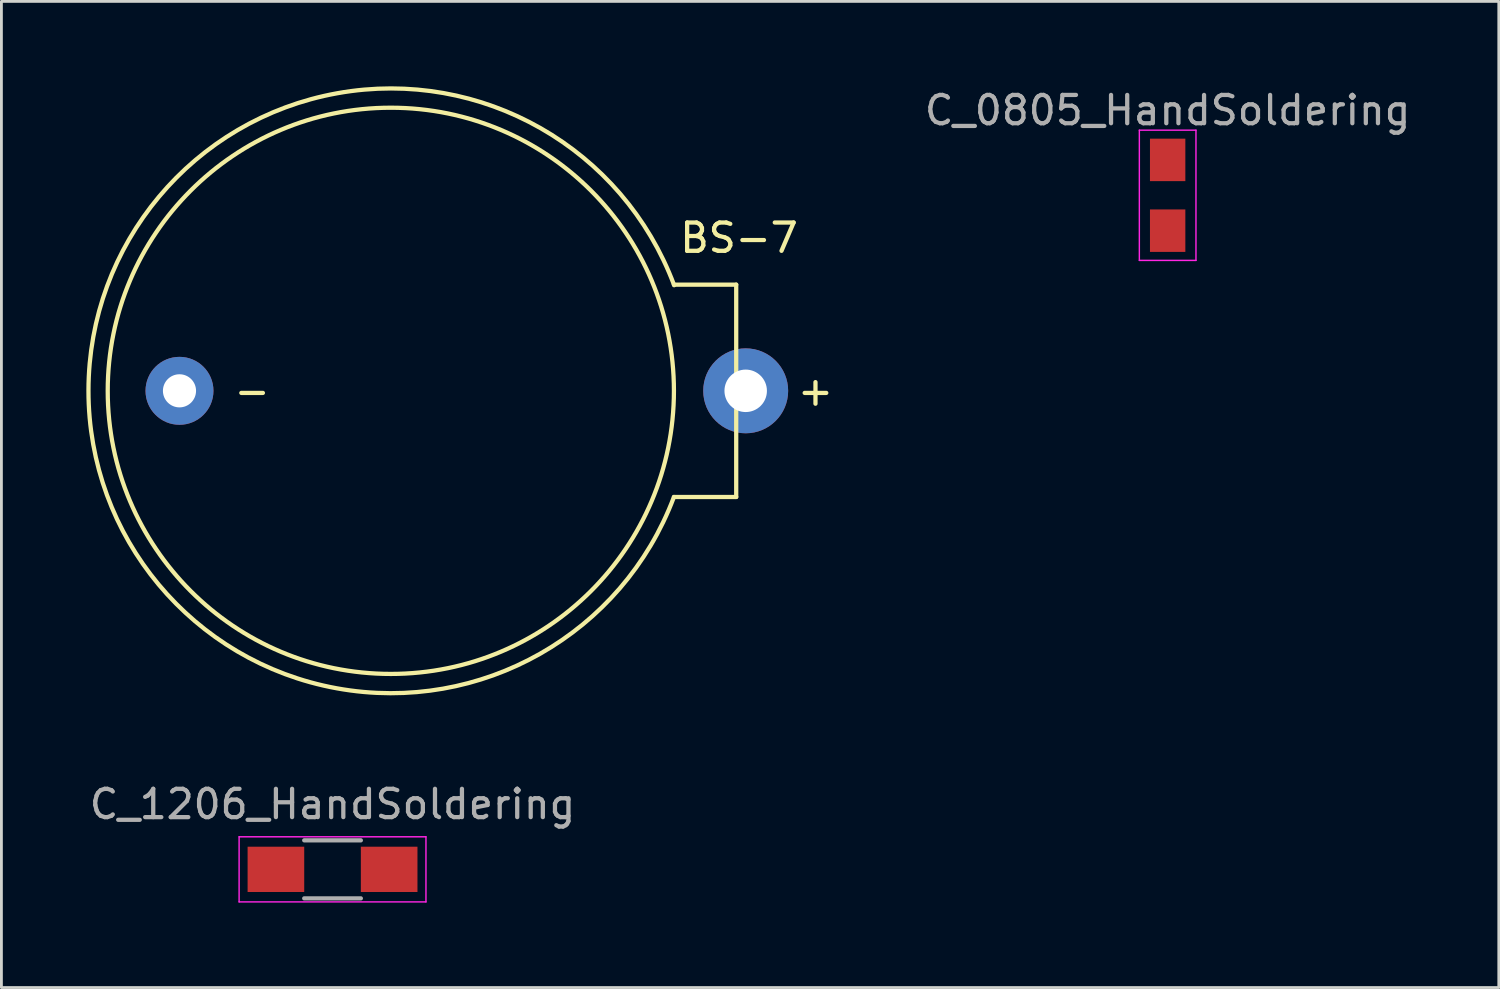
<source format=kicad_pcb>
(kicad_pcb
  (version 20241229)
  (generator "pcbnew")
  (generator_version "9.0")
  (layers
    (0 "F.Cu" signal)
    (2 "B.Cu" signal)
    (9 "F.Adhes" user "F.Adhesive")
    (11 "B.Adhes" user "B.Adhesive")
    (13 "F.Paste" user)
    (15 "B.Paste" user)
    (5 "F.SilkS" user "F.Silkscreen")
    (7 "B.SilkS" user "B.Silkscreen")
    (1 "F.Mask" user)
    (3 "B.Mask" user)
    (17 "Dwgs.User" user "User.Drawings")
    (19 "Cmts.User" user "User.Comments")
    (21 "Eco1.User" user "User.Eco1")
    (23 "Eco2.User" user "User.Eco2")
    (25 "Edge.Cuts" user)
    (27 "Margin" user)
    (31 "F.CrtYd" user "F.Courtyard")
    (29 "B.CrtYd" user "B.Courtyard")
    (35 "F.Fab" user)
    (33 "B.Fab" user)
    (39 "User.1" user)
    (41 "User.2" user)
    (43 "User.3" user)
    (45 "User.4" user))
  (footprint "C_1206_HandSoldering"
    (layer "F.Cu")
    (at 8.696 27.658)
    (property "Reference" "C_1206_HandSoldering" (at 0 -2.3 0) (layer "F.Fab") (effects (font (size 1 1) (thickness 0.15))))
    (attr smd)
    (fp_line (start -3.3 -1.15) (end -3.3 1.15) (stroke (width 0.05) (type solid)) (layer "F.CrtYd"))
    (fp_line (start -3.3 -1.15) (end 3.3 -1.15) (stroke (width 0.05) (type solid)) (layer "F.CrtYd"))
    (fp_line (start -3.3 1.15) (end 3.3 1.15) (stroke (width 0.05) (type solid)) (layer "F.CrtYd"))
    (fp_line (start 3.3 -1.15) (end 3.3 1.15) (stroke (width 0.05) (type solid)) (layer "F.CrtYd"))
    (fp_line (start -1 1.025) (end 1 1.025) (stroke (width 0.15) (type solid)) (layer "F.Fab"))
    (fp_line (start 1 -1.025) (end -1 -1.025) (stroke (width 0.15) (type solid)) (layer "F.Fab"))
    (pad "1" smd rect (at -2 0) (size 2 1.6) (layers "F.Cu" "F.Mask" "F.Paste"))
    (pad "2" smd rect (at 2 0) (size 2 1.6) (layers "F.Cu" "F.Mask" "F.Paste")))
  (footprint "C_0805_HandSoldering"
    (layer "F.Cu")
    (at 38.195 3.848)
    (property "Reference" "C_0805_HandSoldering" (at 0 -3 0) (layer "F.Fab") (effects (font (size 1 1) (thickness 0.15))))
    (attr smd)
    (fp_line (start -1 -2.3) (end -1 2.3) (stroke (width 0.05) (type solid)) (layer "F.CrtYd"))
    (fp_line (start -1 -2.3) (end 1 -2.3) (stroke (width 0.05) (type solid)) (layer "F.CrtYd"))
    (fp_line (start -1 2.3) (end 1 2.3) (stroke (width 0.05) (type solid)) (layer "F.CrtYd"))
    (fp_line (start 1 -2.3) (end 1 2.3) (stroke (width 0.05) (type solid)) (layer "F.CrtYd"))
    (pad "1" smd rect (at 0 -1.25) (size 1.25 1.5) (layers "F.Cu" "F.Mask" "F.Paste"))
    (pad "2" smd rect (at 0 1.25) (size 1.25 1.5) (layers "F.Cu" "F.Mask" "F.Paste")))
  (footprint "BS-7"
    (layer "F.Cu")
    (at 10.755 10.755)
    (property "Reference" "BS-7" (at 12.3 -5.4 0) (layer "F.SilkS") (effects (font (size 1 1) (thickness 0.15))))
    (attr through_hole)
    (fp_line (start 12.2 -3.75) (end 10 -3.75) (stroke (width 0.15) (type solid)) (layer "F.SilkS"))
    (fp_line (start 12.2 -3.75) (end 12.2 3.75) (stroke (width 0.15) (type solid)) (layer "F.SilkS"))
    (fp_line (start 12.2 3.75) (end 10 3.75) (stroke (width 0.15) (type solid)) (layer "F.SilkS"))
    (fp_arc (start 10 3.75) (mid -10.68 -0.010447) (end 10.007317 -3.730429) (stroke (width 0.15) (type solid)) (layer "F.SilkS"))
    (fp_circle (center 0 0) (end 10 0) (stroke (width 0.15) (type solid)) (fill no) (layer "F.SilkS"))
    (fp_text user "-" (at -4.9 0 0) (layer "F.SilkS") (effects (font (size 1 1) (thickness 0.15))))
    (fp_text user "+" (at 15 0 0) (layer "F.SilkS") (effects (font (size 1 1) (thickness 0.15))))
    (pad "1" thru_hole circle (at 12.535 0) (size 3 3) (drill 1.5) (layers "*.Cu" "*.Mask"))
    (pad "2" thru_hole circle (at -7.465 0) (size 2.4 2.4) (drill 1.17) (layers "*.Cu" "*.Mask")))
  (gr_rect
    (start -3 -3)
    (end 49.892 31.833)
    (stroke (width 0.1) (type default))
    (fill no)
    (layer "Edge.Cuts")))
</source>
